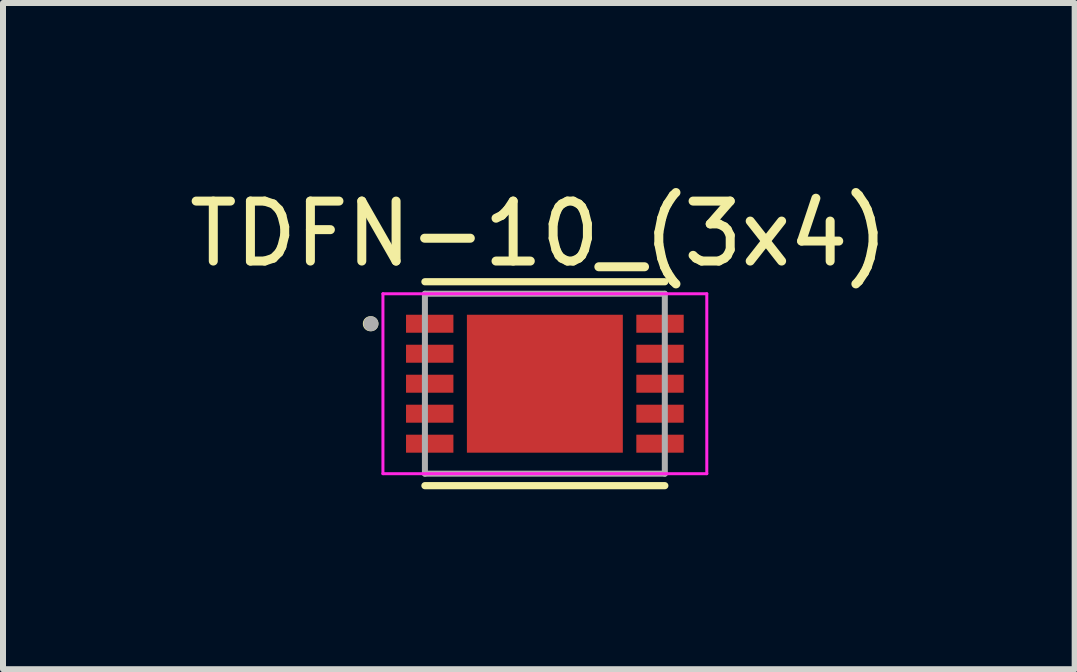
<source format=kicad_pcb>
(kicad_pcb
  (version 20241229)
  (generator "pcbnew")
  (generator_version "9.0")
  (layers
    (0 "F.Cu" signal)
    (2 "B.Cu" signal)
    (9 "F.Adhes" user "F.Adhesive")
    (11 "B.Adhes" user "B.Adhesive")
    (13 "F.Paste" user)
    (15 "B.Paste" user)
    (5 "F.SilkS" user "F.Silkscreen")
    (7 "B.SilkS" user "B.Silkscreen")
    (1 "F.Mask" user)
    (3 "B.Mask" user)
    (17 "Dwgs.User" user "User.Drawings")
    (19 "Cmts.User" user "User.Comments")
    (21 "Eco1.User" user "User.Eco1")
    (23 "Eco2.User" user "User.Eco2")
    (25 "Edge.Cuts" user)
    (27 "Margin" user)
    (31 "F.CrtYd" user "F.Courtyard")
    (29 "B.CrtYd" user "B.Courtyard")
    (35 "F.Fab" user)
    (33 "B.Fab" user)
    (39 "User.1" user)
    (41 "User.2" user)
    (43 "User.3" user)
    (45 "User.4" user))
  (footprint "TDFN-10_(3x4)"
    (layer "F.Cu")
    (at 6.035 3.348)
    (property "Reference" "TDFN-10_(3x4)" (at -0.1 -2.5 0) (layer "F.SilkS") (effects (font (size 1 1) (thickness 0.15))))
    (attr smd)
    (fp_line (start -2.9 -1) (end -2.91 -1) (stroke (width 0.25) (type solid)) (layer "F.SilkS"))
    (fp_line (start -2 1.7) (end 2 1.7) (stroke (width 0.12) (type solid)) (layer "F.SilkS"))
    (fp_line (start 2 -1.7) (end -2 -1.7) (stroke (width 0.12) (type solid)) (layer "F.SilkS"))
    (fp_line (start -2.7 -1.5) (end 2.7 -1.5) (stroke (width 0.05) (type solid)) (layer "F.CrtYd"))
    (fp_line (start -2.7 1.5) (end -2.7 -1.5) (stroke (width 0.05) (type solid)) (layer "F.CrtYd"))
    (fp_line (start 2.7 -1.5) (end 2.7 1.5) (stroke (width 0.05) (type solid)) (layer "F.CrtYd"))
    (fp_line (start 2.7 1.5) (end -2.7 1.5) (stroke (width 0.05) (type solid)) (layer "F.CrtYd"))
    (fp_line (start -2.9 -1) (end -2.9 -1) (stroke (width 0.25) (type solid)) (layer "F.Fab"))
    (fp_line (start -2 -1.5) (end -2 1.5) (stroke (width 0.1) (type solid)) (layer "F.Fab"))
    (fp_line (start -2 1.5) (end 2 1.5) (stroke (width 0.1) (type solid)) (layer "F.Fab"))
    (fp_line (start 2 -1.5) (end -2 -1.5) (stroke (width 0.1) (type solid)) (layer "F.Fab"))
    (fp_line (start 2 1.5) (end 2 -1.5) (stroke (width 0.1) (type solid)) (layer "F.Fab"))
    (pad "" smd custom (at 0 0) (size 0.1 0.1) (layers "F.Paste") (options (anchor rect)) (primitives (gr_poly (pts (xy 0.8 0.7) (xy -0.8 0.7) (xy -0.8 -0.7) (xy 0.8 -0.7)) (width 0.1) (fill yes))))
    (pad "1" smd rect (at -1.92 -1) (size 0.79 0.3) (layers "F.Cu" "F.Mask" "F.Paste"))
    (pad "1" smd rect (at 0 0) (size 2.6 2.3) (layers "F.Cu" "F.Mask"))
    (pad "2" smd rect (at -1.92 -0.5) (size 0.79 0.3) (layers "F.Cu" "F.Mask" "F.Paste"))
    (pad "3" smd rect (at -1.92 0) (size 0.79 0.3) (layers "F.Cu" "F.Mask" "F.Paste"))
    (pad "4" smd rect (at -1.92 0.5) (size 0.79 0.3) (layers "F.Cu" "F.Mask" "F.Paste"))
    (pad "5" smd rect (at -1.92 1) (size 0.79 0.3) (layers "F.Cu" "F.Mask" "F.Paste"))
    (pad "6" smd rect (at 1.92 -1) (size 0.79 0.3) (layers "F.Cu" "F.Mask" "F.Paste"))
    (pad "7" smd rect (at 1.92 -0.5) (size 0.79 0.3) (layers "F.Cu" "F.Mask" "F.Paste"))
    (pad "8" smd rect (at 1.92 0) (size 0.79 0.3) (layers "F.Cu" "F.Mask" "F.Paste"))
    (pad "9" smd rect (at 1.92 0.5) (size 0.79 0.3) (layers "F.Cu" "F.Mask" "F.Paste"))
    (pad "10" smd rect (at 1.92 1) (size 0.79 0.3) (layers "F.Cu" "F.Mask" "F.Paste")))
  (gr_rect
    (start -3 -3)
    (end 14.869 8.108)
    (stroke (width 0.1) (type default))
    (fill no)
    (layer "Edge.Cuts")))
</source>
